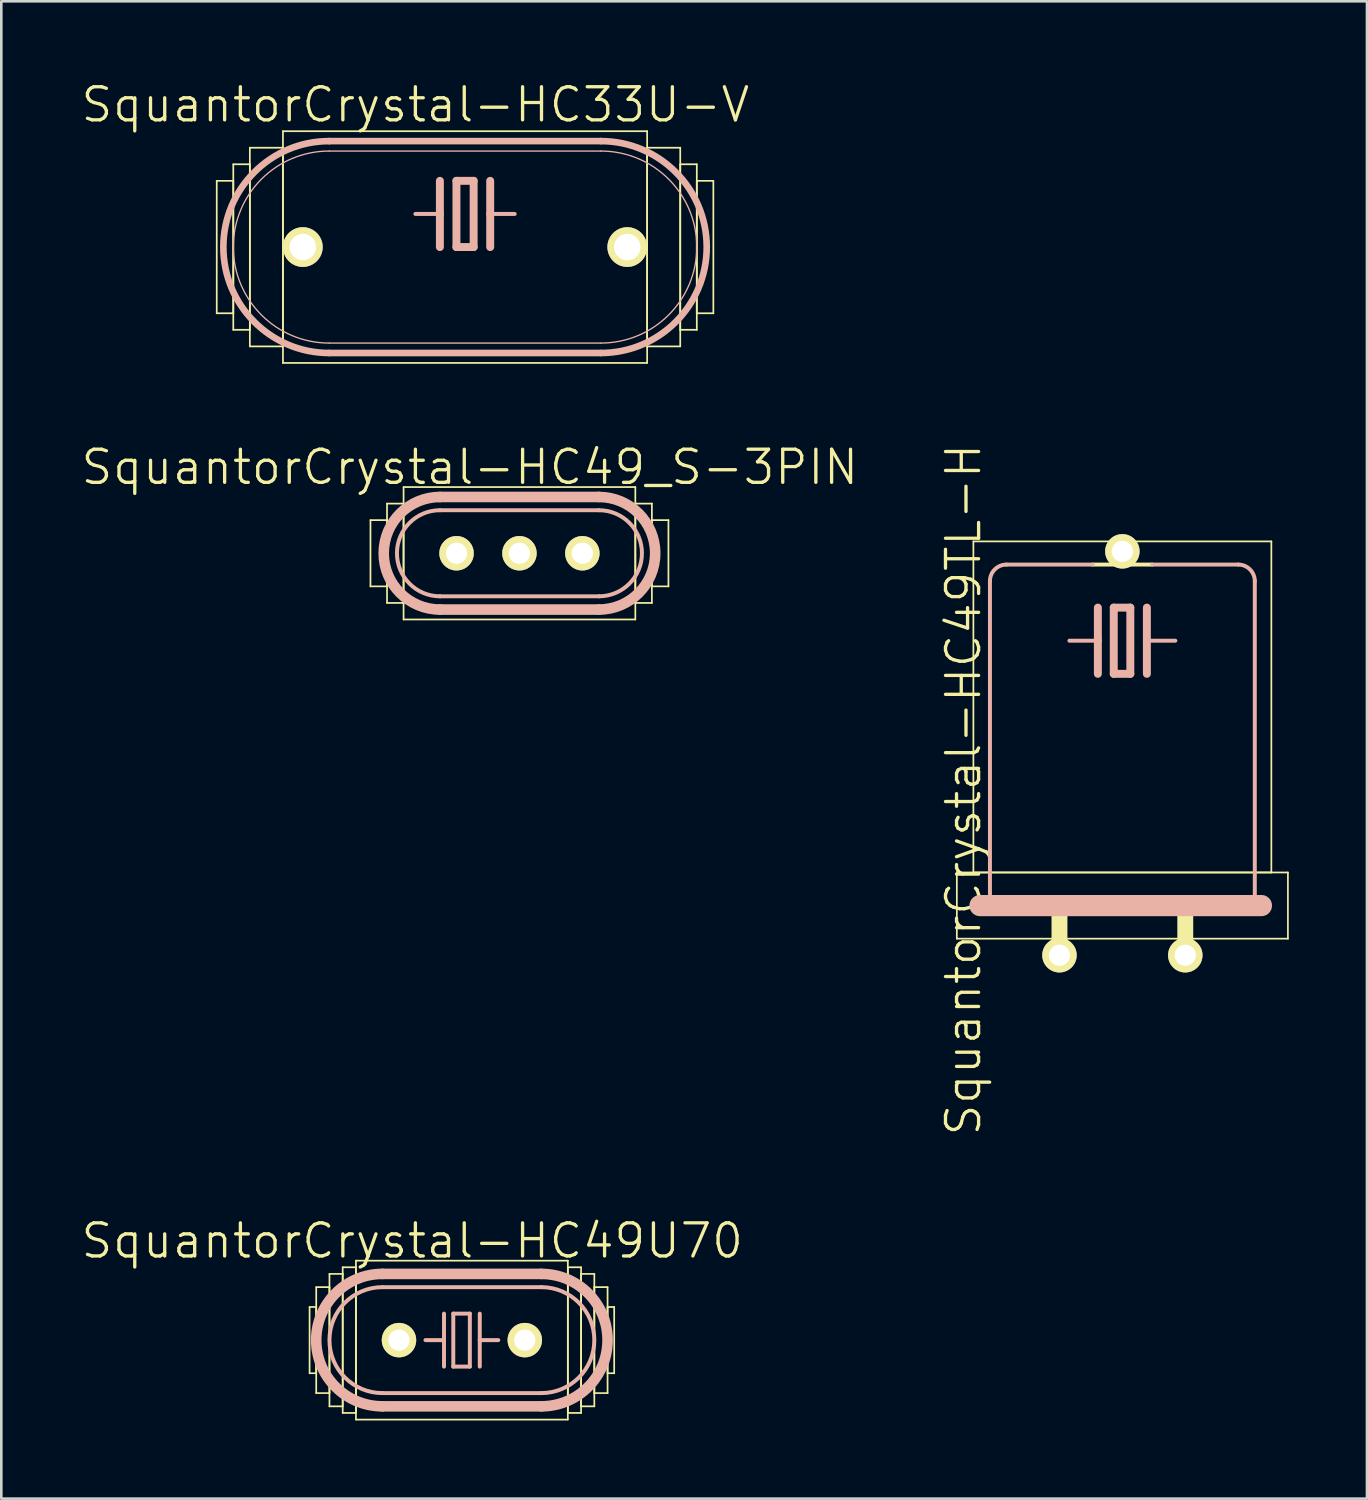
<source format=kicad_pcb>
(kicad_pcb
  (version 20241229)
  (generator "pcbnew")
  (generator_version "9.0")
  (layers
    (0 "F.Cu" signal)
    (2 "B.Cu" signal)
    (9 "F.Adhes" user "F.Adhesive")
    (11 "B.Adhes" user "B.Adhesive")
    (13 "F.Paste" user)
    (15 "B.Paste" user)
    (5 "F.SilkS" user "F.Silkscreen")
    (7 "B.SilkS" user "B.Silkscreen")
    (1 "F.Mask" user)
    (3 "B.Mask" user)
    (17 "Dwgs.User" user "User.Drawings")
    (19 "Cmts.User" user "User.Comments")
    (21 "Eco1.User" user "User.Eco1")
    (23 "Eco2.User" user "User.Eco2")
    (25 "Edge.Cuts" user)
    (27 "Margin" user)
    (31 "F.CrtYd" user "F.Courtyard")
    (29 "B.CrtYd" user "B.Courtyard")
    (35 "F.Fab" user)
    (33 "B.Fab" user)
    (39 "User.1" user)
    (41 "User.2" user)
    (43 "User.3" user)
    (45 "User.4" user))
  (footprint "SquantorCrystal-HC49U70"
    (layer "F.Cu")
    (at 14.668 48.357)
    (property "Reference" "SquantorCrystal-HC49U70" (at -1.905 -3.81 0) (layer "F.SilkS") (effects (font (size 1.27 1.27) (thickness 0.127))))
    (attr exclude_from_pos_files exclude_from_bom)
    (fp_line (start -5.842 -1.27) (end -5.588 -1.27) (stroke (width 0.066) (type solid)) (layer "F.SilkS"))
    (fp_line (start -5.842 1.27) (end -5.842 -1.27) (stroke (width 0.066) (type solid)) (layer "F.SilkS"))
    (fp_line (start -5.842 1.27) (end -5.588 1.27) (stroke (width 0.066) (type solid)) (layer "F.SilkS"))
    (fp_line (start -5.588 -2.032) (end -5.08 -2.032) (stroke (width 0.066) (type solid)) (layer "F.SilkS"))
    (fp_line (start -5.588 1.27) (end -5.588 -1.27) (stroke (width 0.066) (type solid)) (layer "F.SilkS"))
    (fp_line (start -5.588 2.032) (end -5.588 -2.032) (stroke (width 0.066) (type solid)) (layer "F.SilkS"))
    (fp_line (start -5.588 2.032) (end -5.08 2.032) (stroke (width 0.066) (type solid)) (layer "F.SilkS"))
    (fp_line (start -5.08 -2.54) (end -4.572 -2.54) (stroke (width 0.066) (type solid)) (layer "F.SilkS"))
    (fp_line (start -5.08 2.032) (end -5.08 -2.032) (stroke (width 0.066) (type solid)) (layer "F.SilkS"))
    (fp_line (start -5.08 2.54) (end -5.08 -2.54) (stroke (width 0.066) (type solid)) (layer "F.SilkS"))
    (fp_line (start -5.08 2.54) (end -4.572 2.54) (stroke (width 0.066) (type solid)) (layer "F.SilkS"))
    (fp_line (start -4.572 -2.794) (end -4.064 -2.794) (stroke (width 0.066) (type solid)) (layer "F.SilkS"))
    (fp_line (start -4.572 2.54) (end -4.572 -2.54) (stroke (width 0.066) (type solid)) (layer "F.SilkS"))
    (fp_line (start -4.572 2.794) (end -4.572 -2.794) (stroke (width 0.066) (type solid)) (layer "F.SilkS"))
    (fp_line (start -4.572 2.794) (end -4.064 2.794) (stroke (width 0.066) (type solid)) (layer "F.SilkS"))
    (fp_line (start -4.064 -3.048) (end 4.064 -3.048) (stroke (width 0.066) (type solid)) (layer "F.SilkS"))
    (fp_line (start -4.064 2.794) (end -4.064 -2.794) (stroke (width 0.066) (type solid)) (layer "F.SilkS"))
    (fp_line (start -4.064 3.048) (end -4.064 -3.048) (stroke (width 0.066) (type solid)) (layer "F.SilkS"))
    (fp_line (start -4.064 3.048) (end 4.064 3.048) (stroke (width 0.066) (type solid)) (layer "F.SilkS"))
    (fp_line (start 4.064 -2.794) (end 4.572 -2.794) (stroke (width 0.066) (type solid)) (layer "F.SilkS"))
    (fp_line (start 4.064 2.794) (end 4.064 -2.794) (stroke (width 0.066) (type solid)) (layer "F.SilkS"))
    (fp_line (start 4.064 2.794) (end 4.572 2.794) (stroke (width 0.066) (type solid)) (layer "F.SilkS"))
    (fp_line (start 4.064 3.048) (end 4.064 -3.048) (stroke (width 0.066) (type solid)) (layer "F.SilkS"))
    (fp_line (start 4.572 -2.54) (end 5.08 -2.54) (stroke (width 0.066) (type solid)) (layer "F.SilkS"))
    (fp_line (start 4.572 2.54) (end 4.572 -2.54) (stroke (width 0.066) (type solid)) (layer "F.SilkS"))
    (fp_line (start 4.572 2.54) (end 5.08 2.54) (stroke (width 0.066) (type solid)) (layer "F.SilkS"))
    (fp_line (start 4.572 2.794) (end 4.572 -2.794) (stroke (width 0.066) (type solid)) (layer "F.SilkS"))
    (fp_line (start 5.08 -2.032) (end 5.588 -2.032) (stroke (width 0.066) (type solid)) (layer "F.SilkS"))
    (fp_line (start 5.08 2.032) (end 5.08 -2.032) (stroke (width 0.066) (type solid)) (layer "F.SilkS"))
    (fp_line (start 5.08 2.032) (end 5.588 2.032) (stroke (width 0.066) (type solid)) (layer "F.SilkS"))
    (fp_line (start 5.08 2.54) (end 5.08 -2.54) (stroke (width 0.066) (type solid)) (layer "F.SilkS"))
    (fp_line (start 5.588 -1.27) (end 5.842 -1.27) (stroke (width 0.066) (type solid)) (layer "F.SilkS"))
    (fp_line (start 5.588 1.27) (end 5.588 -1.27) (stroke (width 0.066) (type solid)) (layer "F.SilkS"))
    (fp_line (start 5.588 1.27) (end 5.842 1.27) (stroke (width 0.066) (type solid)) (layer "F.SilkS"))
    (fp_line (start 5.588 2.032) (end 5.588 -2.032) (stroke (width 0.066) (type solid)) (layer "F.SilkS"))
    (fp_line (start 5.842 1.27) (end 5.842 -1.27) (stroke (width 0.066) (type solid)) (layer "F.SilkS"))
    (fp_line (start -3.048 -2.54) (end 3.048 -2.54) (stroke (width 0.406) (type solid)) (layer "B.SilkS"))
    (fp_line (start -3.048 2.032) (end 3.048 2.032) (stroke (width 0.152) (type solid)) (layer "B.SilkS"))
    (fp_line (start -3.048 2.54) (end 3.048 2.54) (stroke (width 0.406) (type solid)) (layer "B.SilkS"))
    (fp_line (start -0.686 -1.016) (end -0.686 0) (stroke (width 0.152) (type solid)) (layer "B.SilkS"))
    (fp_line (start -0.686 0) (end -1.397 0) (stroke (width 0.152) (type solid)) (layer "B.SilkS"))
    (fp_line (start -0.686 0) (end -0.686 1.016) (stroke (width 0.152) (type solid)) (layer "B.SilkS"))
    (fp_line (start -0.33 -1.016) (end -0.33 1.016) (stroke (width 0.152) (type solid)) (layer "B.SilkS"))
    (fp_line (start -0.33 1.016) (end 0.305 1.016) (stroke (width 0.152) (type solid)) (layer "B.SilkS"))
    (fp_line (start 0.305 -1.016) (end -0.33 -1.016) (stroke (width 0.152) (type solid)) (layer "B.SilkS"))
    (fp_line (start 0.305 1.016) (end 0.305 -1.016) (stroke (width 0.152) (type solid)) (layer "B.SilkS"))
    (fp_line (start 0.686 -1.016) (end 0.686 0) (stroke (width 0.152) (type solid)) (layer "B.SilkS"))
    (fp_line (start 0.686 0) (end 0.686 1.016) (stroke (width 0.152) (type solid)) (layer "B.SilkS"))
    (fp_line (start 0.686 0) (end 1.397 0) (stroke (width 0.152) (type solid)) (layer "B.SilkS"))
    (fp_line (start 3.048 -2.032) (end -3.048 -2.032) (stroke (width 0.152) (type solid)) (layer "B.SilkS"))
    (fp_arc (start -3.048 2.032) (mid -5.08 0) (end -3.048 -2.032) (stroke (width 0.1524) (type solid)) (layer "B.SilkS"))
    (fp_arc (start -3.048 2.54) (mid -5.588 0) (end -3.048 -2.54) (stroke (width 0.4064) (type solid)) (layer "B.SilkS"))
    (fp_arc (start 3.048 -2.54) (mid 5.588 0) (end 3.048 2.54) (stroke (width 0.4064) (type solid)) (layer "B.SilkS"))
    (fp_arc (start 3.048 -2.032) (mid 5.08 0) (end 3.048 2.032) (stroke (width 0.1524) (type solid)) (layer "B.SilkS"))
    (pad "1" thru_hole circle (at -2.413 0) (size 1.321 1.321) (drill 0.813) (layers "*.Cu" "F.Mask" "F.SilkS" "F.Paste"))
    (pad "2" thru_hole circle (at 2.413 0) (size 1.321 1.321) (drill 0.813) (layers "*.Cu" "F.Mask" "F.SilkS" "F.Paste")))
  (footprint "SquantorCrystal-HC49TL-H"
    (layer "F.Cu")
    (at 40.004 25.973)
    (property "Reference" "SquantorCrystal-HC49TL-H" (at -6.096 1.27 90) (layer "F.SilkS") (effects (font (size 1.27 1.27) (thickness 0.127))))
    (attr exclude_from_pos_files exclude_from_bom)
    (fp_line (start -6.35 4.445) (end 6.35 4.445) (stroke (width 0.066) (type solid)) (layer "F.SilkS"))
    (fp_line (start -6.35 6.985) (end -6.35 4.445) (stroke (width 0.066) (type solid)) (layer "F.SilkS"))
    (fp_line (start -6.35 6.985) (end 6.35 6.985) (stroke (width 0.066) (type solid)) (layer "F.SilkS"))
    (fp_line (start -5.715 -8.255) (end 5.715 -8.255) (stroke (width 0.066) (type solid)) (layer "F.SilkS"))
    (fp_line (start -5.715 4.445) (end -5.715 -8.255) (stroke (width 0.066) (type solid)) (layer "F.SilkS"))
    (fp_line (start -5.715 4.445) (end 5.715 4.445) (stroke (width 0.066) (type solid)) (layer "F.SilkS"))
    (fp_line (start -2.413 5.842) (end -2.413 7.62) (stroke (width 0.61) (type solid)) (layer "F.SilkS"))
    (fp_line (start -0.305 -7.569) (end 0.305 -7.569) (stroke (width 0.066) (type solid)) (layer "F.SilkS"))
    (fp_line (start -0.305 -7.366) (end -0.305 -7.569) (stroke (width 0.066) (type solid)) (layer "F.SilkS"))
    (fp_line (start -0.305 -7.366) (end 0.305 -7.366) (stroke (width 0.066) (type solid)) (layer "F.SilkS"))
    (fp_line (start 0 -7.874) (end 0 -7.62) (stroke (width 0.61) (type solid)) (layer "F.SilkS"))
    (fp_line (start 0.305 -7.366) (end 0.305 -7.569) (stroke (width 0.066) (type solid)) (layer "F.SilkS"))
    (fp_line (start 1.143 -7.366) (end -1.143 -7.366) (stroke (width 0.152) (type solid)) (layer "F.SilkS"))
    (fp_line (start 2.413 5.842) (end 2.413 7.62) (stroke (width 0.61) (type solid)) (layer "F.SilkS"))
    (fp_line (start 5.715 4.445) (end 5.715 -8.255) (stroke (width 0.066) (type solid)) (layer "F.SilkS"))
    (fp_line (start 6.35 6.985) (end 6.35 4.445) (stroke (width 0.066) (type solid)) (layer "F.SilkS"))
    (fp_line (start -5.08 -6.731) (end -5.08 5.715) (stroke (width 0.152) (type solid)) (layer "B.SilkS"))
    (fp_line (start -1.143 -7.366) (end -4.445 -7.366) (stroke (width 0.152) (type solid)) (layer "B.SilkS"))
    (fp_line (start -0.94 -5.715) (end -0.94 -4.445) (stroke (width 0.305) (type solid)) (layer "B.SilkS"))
    (fp_line (start -0.94 -4.445) (end -2.032 -4.445) (stroke (width 0.152) (type solid)) (layer "B.SilkS"))
    (fp_line (start -0.94 -4.445) (end -0.94 -3.175) (stroke (width 0.305) (type solid)) (layer "B.SilkS"))
    (fp_line (start -0.33 -5.715) (end -0.33 -3.175) (stroke (width 0.305) (type solid)) (layer "B.SilkS"))
    (fp_line (start -0.33 -3.175) (end 0.305 -3.175) (stroke (width 0.305) (type solid)) (layer "B.SilkS"))
    (fp_line (start 0.305 -5.715) (end -0.33 -5.715) (stroke (width 0.305) (type solid)) (layer "B.SilkS"))
    (fp_line (start 0.305 -3.175) (end 0.305 -5.715) (stroke (width 0.305) (type solid)) (layer "B.SilkS"))
    (fp_line (start 0.94 -5.715) (end 0.94 -4.445) (stroke (width 0.305) (type solid)) (layer "B.SilkS"))
    (fp_line (start 0.94 -4.445) (end 0.94 -3.175) (stroke (width 0.305) (type solid)) (layer "B.SilkS"))
    (fp_line (start 0.94 -4.445) (end 2.032 -4.445) (stroke (width 0.152) (type solid)) (layer "B.SilkS"))
    (fp_line (start 4.445 -7.366) (end 1.143 -7.366) (stroke (width 0.152) (type solid)) (layer "B.SilkS"))
    (fp_line (start 5.08 5.715) (end 5.08 -6.731) (stroke (width 0.152) (type solid)) (layer "B.SilkS"))
    (fp_line (start 5.334 5.715) (end -5.461 5.715) (stroke (width 0.813) (type solid)) (layer "B.SilkS"))
    (fp_arc (start -5.08 -6.731) (mid -4.894013 -7.180013) (end -4.445 -7.366) (stroke (width 0.1524) (type solid)) (layer "B.SilkS"))
    (fp_arc (start 4.445 -7.366) (mid 4.894013 -7.180013) (end 5.08 -6.731) (stroke (width 0.1524) (type solid)) (layer "B.SilkS"))
    (pad "1" thru_hole circle (at -2.413 7.62) (size 1.321 1.321) (drill 0.813) (layers "*.Cu" "F.Mask" "F.SilkS" "F.Paste"))
    (pad "2" thru_hole circle (at 2.413 7.62) (size 1.321 1.321) (drill 0.813) (layers "*.Cu" "F.Mask" "F.SilkS" "F.Paste"))
    (pad "3" thru_hole circle (at 0 -7.874) (size 1.321 1.321) (drill 0.813) (layers "*.Cu" "F.Mask" "F.SilkS" "F.Paste")))
  (footprint "SquantorCrystal-HC49_S-3PIN"
    (layer "F.Cu")
    (at 16.876 18.173)
    (property "Reference" "SquantorCrystal-HC49_S-3PIN" (at -1.905 -3.302 0) (layer "F.SilkS") (effects (font (size 1.27 1.27) (thickness 0.127))))
    (attr exclude_from_pos_files exclude_from_bom)
    (fp_line (start -5.715 -1.27) (end -5.08 -1.27) (stroke (width 0.066) (type solid)) (layer "F.SilkS"))
    (fp_line (start -5.715 1.27) (end -5.715 -1.27) (stroke (width 0.066) (type solid)) (layer "F.SilkS"))
    (fp_line (start -5.715 1.27) (end -5.08 1.27) (stroke (width 0.066) (type solid)) (layer "F.SilkS"))
    (fp_line (start -5.08 -1.905) (end -4.445 -1.905) (stroke (width 0.066) (type solid)) (layer "F.SilkS"))
    (fp_line (start -5.08 1.27) (end -5.08 -1.27) (stroke (width 0.066) (type solid)) (layer "F.SilkS"))
    (fp_line (start -5.08 1.905) (end -5.08 -1.905) (stroke (width 0.066) (type solid)) (layer "F.SilkS"))
    (fp_line (start -5.08 1.905) (end -4.445 1.905) (stroke (width 0.066) (type solid)) (layer "F.SilkS"))
    (fp_line (start -4.445 -2.54) (end 4.445 -2.54) (stroke (width 0.066) (type solid)) (layer "F.SilkS"))
    (fp_line (start -4.445 1.905) (end -4.445 -1.905) (stroke (width 0.066) (type solid)) (layer "F.SilkS"))
    (fp_line (start -4.445 2.54) (end -4.445 -2.54) (stroke (width 0.066) (type solid)) (layer "F.SilkS"))
    (fp_line (start -4.445 2.54) (end 4.445 2.54) (stroke (width 0.066) (type solid)) (layer "F.SilkS"))
    (fp_line (start 4.445 -1.905) (end 5.08 -1.905) (stroke (width 0.066) (type solid)) (layer "F.SilkS"))
    (fp_line (start 4.445 1.905) (end 4.445 -1.905) (stroke (width 0.066) (type solid)) (layer "F.SilkS"))
    (fp_line (start 4.445 1.905) (end 5.08 1.905) (stroke (width 0.066) (type solid)) (layer "F.SilkS"))
    (fp_line (start 4.445 2.54) (end 4.445 -2.54) (stroke (width 0.066) (type solid)) (layer "F.SilkS"))
    (fp_line (start 5.08 -1.27) (end 5.715 -1.27) (stroke (width 0.066) (type solid)) (layer "F.SilkS"))
    (fp_line (start 5.08 1.27) (end 5.08 -1.27) (stroke (width 0.066) (type solid)) (layer "F.SilkS"))
    (fp_line (start 5.08 1.27) (end 5.715 1.27) (stroke (width 0.066) (type solid)) (layer "F.SilkS"))
    (fp_line (start 5.08 1.905) (end 5.08 -1.905) (stroke (width 0.066) (type solid)) (layer "F.SilkS"))
    (fp_line (start 5.715 1.27) (end 5.715 -1.27) (stroke (width 0.066) (type solid)) (layer "F.SilkS"))
    (fp_line (start -3.048 -2.159) (end 3.048 -2.159) (stroke (width 0.406) (type solid)) (layer "B.SilkS"))
    (fp_line (start -3.048 1.651) (end 3.048 1.651) (stroke (width 0.152) (type solid)) (layer "B.SilkS"))
    (fp_line (start -3.048 2.159) (end 3.048 2.159) (stroke (width 0.406) (type solid)) (layer "B.SilkS"))
    (fp_line (start 3.048 -1.651) (end -3.048 -1.651) (stroke (width 0.152) (type solid)) (layer "B.SilkS"))
    (fp_arc (start -3.048 1.651) (mid -4.699 0) (end -3.048 -1.651) (stroke (width 0.1524) (type solid)) (layer "B.SilkS"))
    (fp_arc (start -3.048 2.159) (mid -5.207 0) (end -3.048 -2.159) (stroke (width 0.4064) (type solid)) (layer "B.SilkS"))
    (fp_arc (start 3.048 -2.159) (mid 5.207 0) (end 3.048 2.159) (stroke (width 0.4064) (type solid)) (layer "B.SilkS"))
    (fp_arc (start 3.048 -1.651) (mid 4.699 0) (end 3.048 1.651) (stroke (width 0.1524) (type solid)) (layer "B.SilkS"))
    (pad "1" thru_hole circle (at -2.413 0) (size 1.321 1.321) (drill 0.813) (layers "*.Cu" "F.Mask" "F.SilkS" "F.Paste"))
    (pad "2" thru_hole circle (at 2.413 0) (size 1.321 1.321) (drill 0.813) (layers "*.Cu" "F.Mask" "F.SilkS" "F.Paste"))
    (pad "GND" thru_hole circle (at 0 0) (size 1.321 1.321) (drill 0.813) (layers "*.Cu" "F.Mask" "F.SilkS" "F.Paste")))
  (footprint "SquantorCrystal-HC33U-V"
    (layer "F.Cu")
    (at 14.789 6.427)
    (property "Reference" "SquantorCrystal-HC33U-V" (at -1.905 -5.461 0) (layer "F.SilkS") (effects (font (size 1.27 1.27) (thickness 0.127))))
    (attr exclude_from_pos_files exclude_from_bom)
    (fp_line (start -9.525 -2.54) (end -8.89 -2.54) (stroke (width 0.066) (type solid)) (layer "F.SilkS"))
    (fp_line (start -9.525 2.54) (end -9.525 -2.54) (stroke (width 0.066) (type solid)) (layer "F.SilkS"))
    (fp_line (start -9.525 2.54) (end -8.89 2.54) (stroke (width 0.066) (type solid)) (layer "F.SilkS"))
    (fp_line (start -8.89 -3.175) (end -8.255 -3.175) (stroke (width 0.066) (type solid)) (layer "F.SilkS"))
    (fp_line (start -8.89 2.54) (end -8.89 -2.54) (stroke (width 0.066) (type solid)) (layer "F.SilkS"))
    (fp_line (start -8.89 3.175) (end -8.89 -3.175) (stroke (width 0.066) (type solid)) (layer "F.SilkS"))
    (fp_line (start -8.89 3.175) (end -8.255 3.175) (stroke (width 0.066) (type solid)) (layer "F.SilkS"))
    (fp_line (start -8.255 -3.81) (end -6.985 -3.81) (stroke (width 0.066) (type solid)) (layer "F.SilkS"))
    (fp_line (start -8.255 3.175) (end -8.255 -3.175) (stroke (width 0.066) (type solid)) (layer "F.SilkS"))
    (fp_line (start -8.255 3.81) (end -8.255 -3.81) (stroke (width 0.066) (type solid)) (layer "F.SilkS"))
    (fp_line (start -8.255 3.81) (end -6.985 3.81) (stroke (width 0.066) (type solid)) (layer "F.SilkS"))
    (fp_line (start -6.985 -4.445) (end 6.985 -4.445) (stroke (width 0.066) (type solid)) (layer "F.SilkS"))
    (fp_line (start -6.985 3.81) (end -6.985 -3.81) (stroke (width 0.066) (type solid)) (layer "F.SilkS"))
    (fp_line (start -6.985 4.445) (end -6.985 -4.445) (stroke (width 0.066) (type solid)) (layer "F.SilkS"))
    (fp_line (start -6.985 4.445) (end 6.985 4.445) (stroke (width 0.066) (type solid)) (layer "F.SilkS"))
    (fp_line (start 6.985 -3.81) (end 8.255 -3.81) (stroke (width 0.066) (type solid)) (layer "F.SilkS"))
    (fp_line (start 6.985 3.81) (end 6.985 -3.81) (stroke (width 0.066) (type solid)) (layer "F.SilkS"))
    (fp_line (start 6.985 3.81) (end 8.255 3.81) (stroke (width 0.066) (type solid)) (layer "F.SilkS"))
    (fp_line (start 6.985 4.445) (end 6.985 -4.445) (stroke (width 0.066) (type solid)) (layer "F.SilkS"))
    (fp_line (start 8.255 -3.175) (end 8.89 -3.175) (stroke (width 0.066) (type solid)) (layer "F.SilkS"))
    (fp_line (start 8.255 3.175) (end 8.255 -3.175) (stroke (width 0.066) (type solid)) (layer "F.SilkS"))
    (fp_line (start 8.255 3.175) (end 8.89 3.175) (stroke (width 0.066) (type solid)) (layer "F.SilkS"))
    (fp_line (start 8.255 3.81) (end 8.255 -3.81) (stroke (width 0.066) (type solid)) (layer "F.SilkS"))
    (fp_line (start 8.89 -2.54) (end 9.525 -2.54) (stroke (width 0.066) (type solid)) (layer "F.SilkS"))
    (fp_line (start 8.89 2.54) (end 8.89 -2.54) (stroke (width 0.066) (type solid)) (layer "F.SilkS"))
    (fp_line (start 8.89 2.54) (end 9.525 2.54) (stroke (width 0.066) (type solid)) (layer "F.SilkS"))
    (fp_line (start 8.89 3.175) (end 8.89 -3.175) (stroke (width 0.066) (type solid)) (layer "F.SilkS"))
    (fp_line (start 9.525 2.54) (end 9.525 -2.54) (stroke (width 0.066) (type solid)) (layer "F.SilkS"))
    (fp_line (start -5.207 -4.064) (end 5.207 -4.064) (stroke (width 0.254) (type solid)) (layer "B.SilkS"))
    (fp_line (start -5.207 -3.683) (end 5.207 -3.683) (stroke (width 0.051) (type solid)) (layer "B.SilkS"))
    (fp_line (start -5.207 3.683) (end 5.207 3.683) (stroke (width 0.051) (type solid)) (layer "B.SilkS"))
    (fp_line (start -5.207 4.064) (end 5.207 4.064) (stroke (width 0.254) (type solid)) (layer "B.SilkS"))
    (fp_line (start -0.965 -2.54) (end -0.965 -1.27) (stroke (width 0.305) (type solid)) (layer "B.SilkS"))
    (fp_line (start -0.965 -1.27) (end -1.905 -1.27) (stroke (width 0.152) (type solid)) (layer "B.SilkS"))
    (fp_line (start -0.965 -1.27) (end -0.965 0) (stroke (width 0.305) (type solid)) (layer "B.SilkS"))
    (fp_line (start -0.33 -2.54) (end -0.33 0) (stroke (width 0.305) (type solid)) (layer "B.SilkS"))
    (fp_line (start -0.33 0) (end 0.33 0) (stroke (width 0.305) (type solid)) (layer "B.SilkS"))
    (fp_line (start 0.33 -2.54) (end -0.33 -2.54) (stroke (width 0.305) (type solid)) (layer "B.SilkS"))
    (fp_line (start 0.33 0) (end 0.33 -2.54) (stroke (width 0.305) (type solid)) (layer "B.SilkS"))
    (fp_line (start 0.965 -2.54) (end 0.965 -1.27) (stroke (width 0.305) (type solid)) (layer "B.SilkS"))
    (fp_line (start 0.965 -1.27) (end 0.965 0) (stroke (width 0.305) (type solid)) (layer "B.SilkS"))
    (fp_line (start 0.965 -1.27) (end 1.905 -1.27) (stroke (width 0.152) (type solid)) (layer "B.SilkS"))
    (fp_arc (start -5.207 3.683) (mid -8.89 0) (end -5.207 -3.683) (stroke (width 0.0508) (type solid)) (layer "B.SilkS"))
    (fp_arc (start -5.207 4.064) (mid -9.271 0) (end -5.207 -4.064) (stroke (width 0.254) (type solid)) (layer "B.SilkS"))
    (fp_arc (start 5.207 -4.064) (mid 9.271 0) (end 5.207 4.064) (stroke (width 0.254) (type solid)) (layer "B.SilkS"))
    (fp_arc (start 5.207 -3.683) (mid 8.89 0) (end 5.207 3.683) (stroke (width 0.0508) (type solid)) (layer "B.SilkS"))
    (pad "1" thru_hole circle (at -6.223 0) (size 1.524 1.524) (drill 1.016) (layers "*.Cu" "F.Mask" "F.SilkS" "F.Paste"))
    (pad "2" thru_hole circle (at 6.223 0) (size 1.524 1.524) (drill 1.016) (layers "*.Cu" "F.Mask" "F.SilkS" "F.Paste")))
  (gr_rect
    (start -3 -3)
    (end 49.387 54.438)
    (stroke (width 0.1) (type default))
    (fill no)
    (layer "Edge.Cuts")))
</source>
